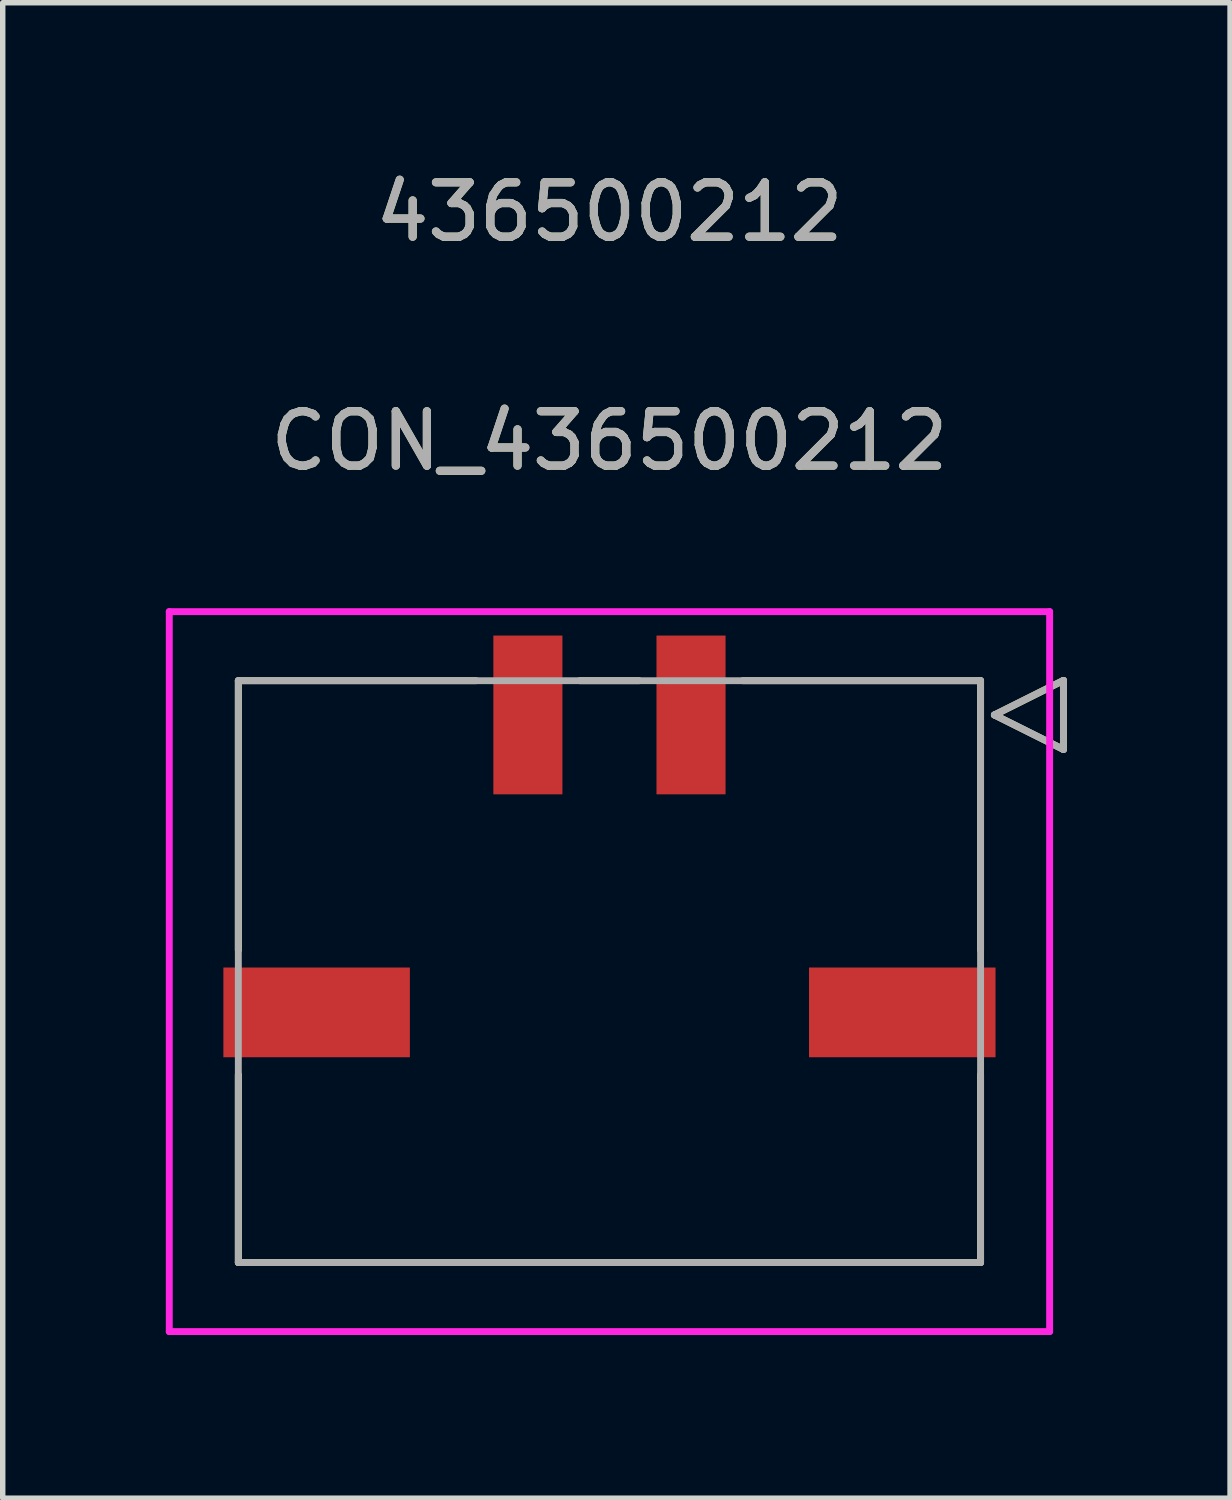
<source format=kicad_pcb>
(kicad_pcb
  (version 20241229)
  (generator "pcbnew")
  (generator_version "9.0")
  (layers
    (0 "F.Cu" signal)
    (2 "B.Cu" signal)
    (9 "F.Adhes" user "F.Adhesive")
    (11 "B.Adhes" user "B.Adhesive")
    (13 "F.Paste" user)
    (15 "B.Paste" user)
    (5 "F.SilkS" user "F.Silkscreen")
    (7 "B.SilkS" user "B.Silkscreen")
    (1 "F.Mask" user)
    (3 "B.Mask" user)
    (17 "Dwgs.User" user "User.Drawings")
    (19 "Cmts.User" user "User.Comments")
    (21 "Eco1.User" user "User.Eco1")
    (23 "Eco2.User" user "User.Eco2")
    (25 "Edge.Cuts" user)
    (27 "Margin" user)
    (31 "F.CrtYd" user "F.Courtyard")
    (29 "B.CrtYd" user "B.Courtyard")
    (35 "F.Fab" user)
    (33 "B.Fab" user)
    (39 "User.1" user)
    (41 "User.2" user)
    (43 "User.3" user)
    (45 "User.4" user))
  (footprint "CON_436500212"
    (layer "F.Cu")
    (at 8.158 15.218)
    (property "Reference" "CON_436500212" (at 0 -10.16 0) (unlocked yes) (layer "F.SilkS") (effects (font (size 1 1) (thickness 0.15))))
    (attr smd)
    (fp_line (start -6.825 -5.75) (end -6.825 -0.795) (stroke (width 0.127) (type solid)) (layer "F.SilkS"))
    (fp_line (start -6.825 1.495) (end -6.825 4.95) (stroke (width 0.127) (type solid)) (layer "F.SilkS"))
    (fp_line (start -6.825 4.95) (end 6.825 4.95) (stroke (width 0.127) (type solid)) (layer "F.SilkS"))
    (fp_line (start -2.455 -5.75) (end -6.825 -5.75) (stroke (width 0.127) (type solid)) (layer "F.SilkS"))
    (fp_line (start 0.545 -5.75) (end -0.545 -5.75) (stroke (width 0.127) (type solid)) (layer "F.SilkS"))
    (fp_line (start 6.825 -5.75) (end 2.455 -5.75) (stroke (width 0.127) (type solid)) (layer "F.SilkS"))
    (fp_line (start 6.825 -0.795) (end 6.825 -5.75) (stroke (width 0.127) (type solid)) (layer "F.SilkS"))
    (fp_line (start 6.825 4.95) (end 6.825 1.495) (stroke (width 0.127) (type solid)) (layer "F.SilkS"))
    (fp_line (start 7.079 -5.12) (end 8.349 -5.755) (stroke (width 0.127) (type solid)) (layer "F.SilkS"))
    (fp_line (start 8.349 -5.755) (end 8.349 -4.485) (stroke (width 0.127) (type solid)) (layer "F.SilkS"))
    (fp_line (start 8.349 -4.485) (end 7.079 -5.12) (stroke (width 0.127) (type solid)) (layer "F.SilkS"))
    (fp_line (start -8.095 -7.02) (end -8.095 6.22) (stroke (width 0.127) (type solid)) (layer "F.CrtYd"))
    (fp_line (start -8.095 6.22) (end 8.095 6.22) (stroke (width 0.127) (type solid)) (layer "F.CrtYd"))
    (fp_line (start 8.095 -7.02) (end -8.095 -7.02) (stroke (width 0.127) (type solid)) (layer "F.CrtYd"))
    (fp_line (start 8.095 6.22) (end 8.095 -7.02) (stroke (width 0.127) (type solid)) (layer "F.CrtYd"))
    (fp_line (start -6.825 -5.75) (end -6.825 4.95) (stroke (width 0.127) (type solid)) (layer "F.Fab"))
    (fp_line (start -6.825 4.95) (end 6.825 4.95) (stroke (width 0.127) (type solid)) (layer "F.Fab"))
    (fp_line (start 6.825 -5.75) (end -6.825 -5.75) (stroke (width 0.127) (type solid)) (layer "F.Fab"))
    (fp_line (start 6.825 4.95) (end 6.825 -5.75) (stroke (width 0.127) (type solid)) (layer "F.Fab"))
    (fp_line (start 7.079 -5.12) (end 8.349 -5.755) (stroke (width 0.127) (type solid)) (layer "F.Fab"))
    (fp_line (start 8.349 -5.755) (end 8.349 -4.485) (stroke (width 0.127) (type solid)) (layer "F.Fab"))
    (fp_line (start 8.349 -4.485) (end 7.079 -5.12) (stroke (width 0.127) (type solid)) (layer "F.Fab"))
    (fp_text user "436500212" (at 0 -14.37 0) (unlocked yes) (layer "F.SilkS") (effects (font (size 1 1) (thickness 0.15))))
    (fp_text user "436500212" (at 0 -14.37 0) (unlocked yes) (layer "F.Fab") (effects (font (size 1 1) (thickness 0.15))))
    (fp_text user "${REFERENCE}" (at 0 -10.16 0) (unlocked yes) (layer "F.Fab") (effects (font (size 1 1) (thickness 0.15))))
    (pad "1" smd rect (at 1.5 -5.12) (size 1.27 2.92) (layers "F.Cu" "F.Mask" "F.Paste"))
    (pad "2" smd rect (at -1.5 -5.12) (size 1.27 2.92) (layers "F.Cu" "F.Mask" "F.Paste"))
    (pad "P1" smd rect (at 5.385 0.35) (size 3.43 1.65) (layers "F.Cu" "F.Mask" "F.Paste"))
    (pad "P2" smd rect (at -5.385 0.35) (size 3.43 1.65) (layers "F.Cu" "F.Mask" "F.Paste")))
  (gr_rect
    (start -3 -3)
    (end 19.571 24.502)
    (stroke (width 0.1) (type default))
    (fill no)
    (layer "Edge.Cuts")))
</source>
